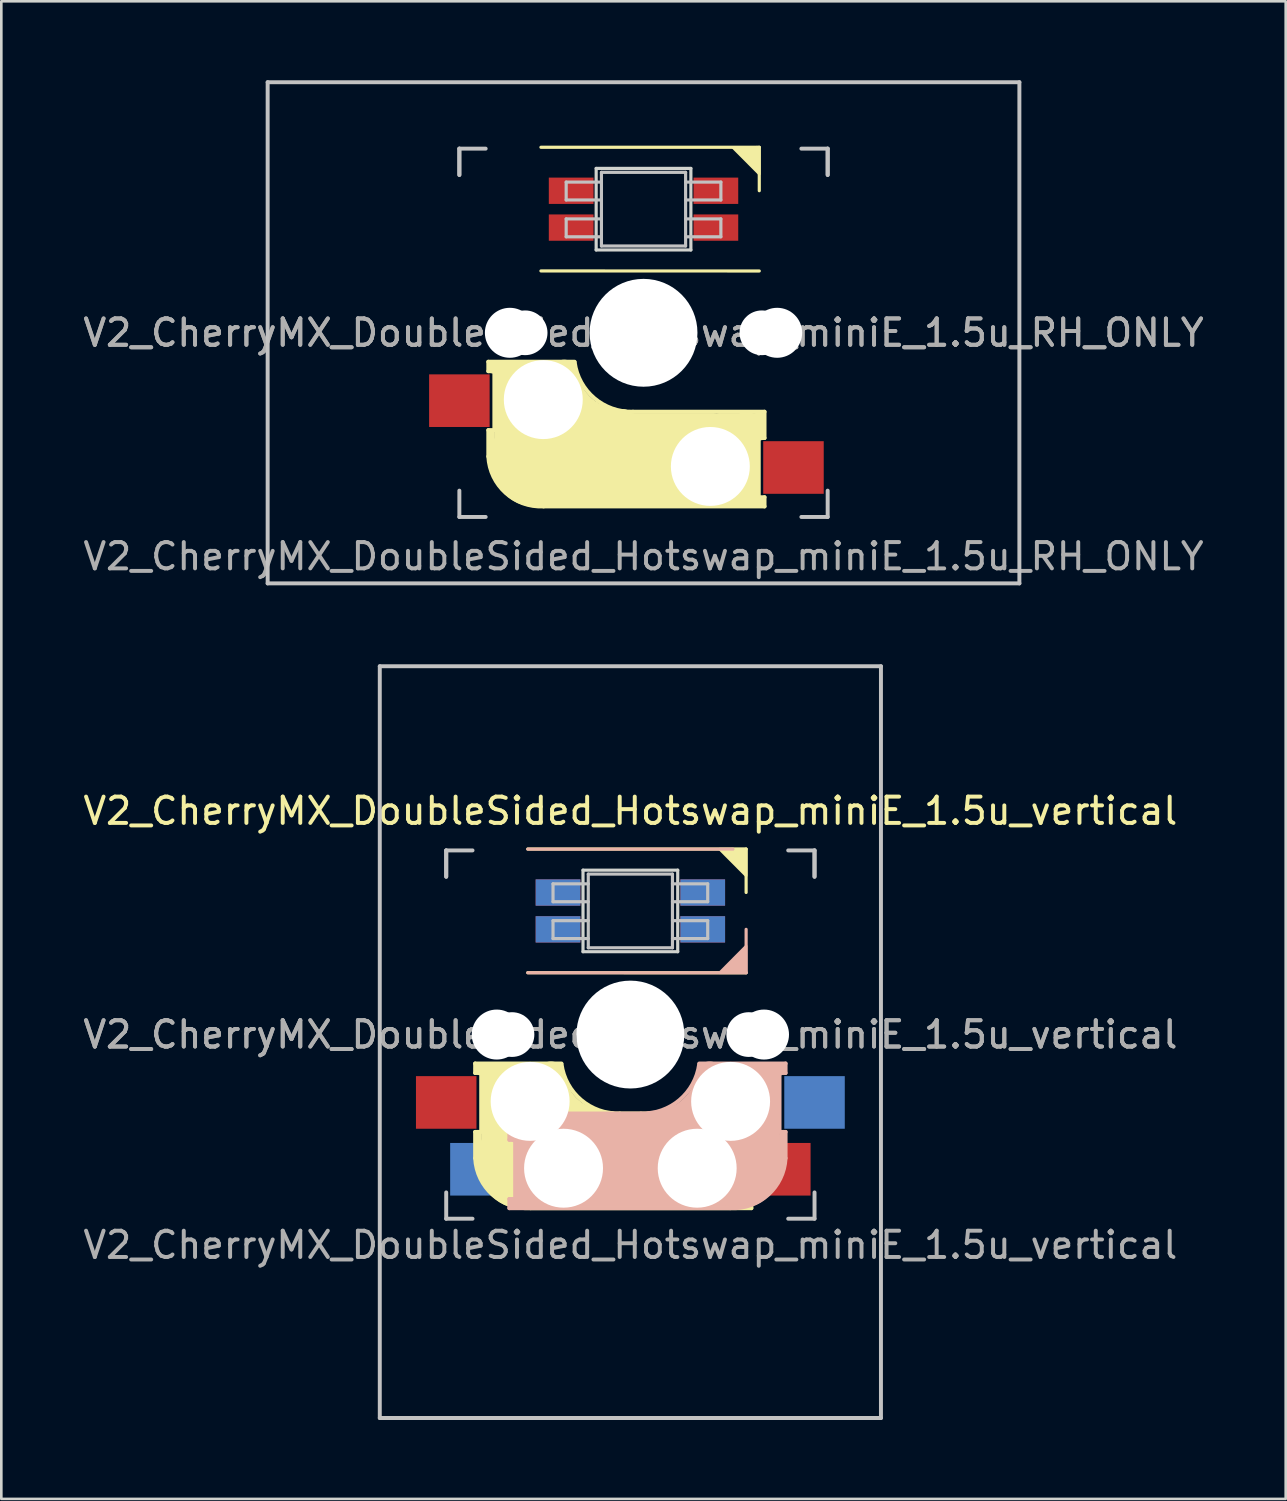
<source format=kicad_pcb>
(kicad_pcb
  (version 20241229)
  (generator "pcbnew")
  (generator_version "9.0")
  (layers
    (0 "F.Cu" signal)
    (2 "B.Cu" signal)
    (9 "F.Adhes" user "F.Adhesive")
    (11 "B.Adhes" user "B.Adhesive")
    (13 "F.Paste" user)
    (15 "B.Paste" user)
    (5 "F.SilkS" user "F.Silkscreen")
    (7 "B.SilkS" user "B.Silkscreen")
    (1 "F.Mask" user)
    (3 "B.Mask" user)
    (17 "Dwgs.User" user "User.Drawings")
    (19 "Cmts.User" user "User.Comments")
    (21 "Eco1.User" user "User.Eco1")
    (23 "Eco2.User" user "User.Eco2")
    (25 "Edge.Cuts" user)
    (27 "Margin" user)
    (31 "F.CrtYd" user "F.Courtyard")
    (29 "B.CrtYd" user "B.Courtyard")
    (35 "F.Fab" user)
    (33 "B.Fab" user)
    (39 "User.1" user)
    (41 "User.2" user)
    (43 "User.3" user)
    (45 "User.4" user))
  (footprint "V2_CherryMX_DoubleSided_Hotswap_miniE_1.5u_RH_ONLY"
    (layer "F.Cu")
    (at 21.411 9.6)
    (property "Reference" "V2_CherryMX_DoubleSided_Hotswap_miniE_1.5u_RH_ONLY" (at 0 8.5 0) (layer "F.Fab") (effects (font (size 1 1) (thickness 0.15))))
    (attr through_hole)
    (fp_line (start -5.9 1.1) (end -5.9 1.46) (stroke (width 0.15) (type solid)) (layer "F.SilkS"))
    (fp_line (start -5.9 1.1) (end -2.62 1.1) (stroke (width 0.15) (type solid)) (layer "F.SilkS"))
    (fp_line (start -5.9 3.7) (end -5.7 3.7) (stroke (width 0.15) (type solid)) (layer "F.SilkS"))
    (fp_line (start -5.9 4.7) (end -5.9 3.7) (stroke (width 0.15) (type solid)) (layer "F.SilkS"))
    (fp_line (start -5.8 3.8) (end -5.8 4.7) (stroke (width 0.3) (type solid)) (layer "F.SilkS"))
    (fp_line (start -5.7 1.3) (end -3 1.3) (stroke (width 0.5) (type solid)) (layer "F.SilkS"))
    (fp_line (start -5.7 1.46) (end -5.9 1.46) (stroke (width 0.15) (type solid)) (layer "F.SilkS"))
    (fp_line (start -5.67 3.7) (end -5.67 1.46) (stroke (width 0.15) (type solid)) (layer "F.SilkS"))
    (fp_line (start -5.3 1.6) (end -5.3 3.4) (stroke (width 0.8) (type solid)) (layer "F.SilkS"))
    (fp_line (start -4.17 5.1) (end -4.17 2.86) (stroke (width 3) (type solid)) (layer "F.SilkS"))
    (fp_line (start -3.9 -7.052) (end 4.4 -7.052) (stroke (width 0.12) (type solid)) (layer "F.SilkS"))
    (fp_line (start -0.4 3) (end 4.6 3) (stroke (width 0.15) (type solid)) (layer "F.SilkS"))
    (fp_line (start 2.6 4.8) (end -4.1 4.8) (stroke (width 3.5) (type solid)) (layer "F.SilkS"))
    (fp_line (start 3.9 6) (end 3.9 3.5) (stroke (width 1) (type solid)) (layer "F.SilkS"))
    (fp_line (start 4.3 3.3) (end 2.9 3.3) (stroke (width 0.5) (type solid)) (layer "F.SilkS"))
    (fp_line (start 4.38 4) (end 4.38 6.25) (stroke (width 0.15) (type solid)) (layer "F.SilkS"))
    (fp_line (start 4.4 -7.052) (end 4.4 -5.401) (stroke (width 0.12) (type solid)) (layer "F.SilkS"))
    (fp_line (start 4.4 -2.349) (end -3.9 -2.352) (stroke (width 0.12) (type solid)) (layer "F.SilkS"))
    (fp_line (start 4.4 3.9) (end 4.4 3.2) (stroke (width 0.4) (type solid)) (layer "F.SilkS"))
    (fp_line (start 4.4 6.25) (end 4.6 6.25) (stroke (width 0.15) (type solid)) (layer "F.SilkS"))
    (fp_line (start 4.4 6.4) (end 3 6.4) (stroke (width 0.4) (type solid)) (layer "F.SilkS"))
    (fp_line (start 4.6 3) (end 4.6 4) (stroke (width 0.15) (type solid)) (layer "F.SilkS"))
    (fp_line (start 4.6 4) (end 4.4 4) (stroke (width 0.15) (type solid)) (layer "F.SilkS"))
    (fp_line (start 4.6 6.25) (end 4.6 6.6) (stroke (width 0.15) (type solid)) (layer "F.SilkS"))
    (fp_line (start 4.6 6.6) (end -3.8 6.6) (stroke (width 0.15) (type solid)) (layer "F.SilkS"))
    (fp_arc (start -3.8 6.600001) (mid -5.243504 6.084925) (end -5.900001 4.7) (stroke (width 0.15) (type solid)) (layer "F.SilkS"))
    (fp_arc (start -0.8 3.4) (mid -2.268709 2.886118) (end -3.016318 1.521471) (stroke (width 1) (type solid)) (layer "F.SilkS"))
    (fp_arc (start -0.4 3) (mid -1.868709 2.486118) (end -2.616318 1.121471) (stroke (width 0.15) (type solid)) (layer "F.SilkS"))
    (fp_poly (pts (xy 3.392 -7.049) (xy 4.4 -7.052) (xy 4.4 -6.036)) (stroke (width 0.1) (type solid)) (fill yes) (layer "F.SilkS"))
    (fp_line (start -4.3 3.3) (end -2.9 3.3) (stroke (width 0.5) (type solid)) (layer "B.SilkS"))
    (fp_line (start -14.287 -9.525) (end 14.287 -9.525) (stroke (width 0.15) (type solid)) (layer "Dwgs.User"))
    (fp_line (start -14.287 9.525) (end -14.287 -9.525) (stroke (width 0.15) (type solid)) (layer "Dwgs.User"))
    (fp_line (start -7 -7) (end -7 -6) (stroke (width 0.15) (type solid)) (layer "Dwgs.User"))
    (fp_line (start -7 -7) (end -6 -7) (stroke (width 0.15) (type solid)) (layer "Dwgs.User"))
    (fp_line (start -7 -6) (end -7 -7) (stroke (width 0.15) (type solid)) (layer "Dwgs.User"))
    (fp_line (start -7 7) (end -7 6) (stroke (width 0.15) (type solid)) (layer "Dwgs.User"))
    (fp_line (start -7 7) (end -6 7) (stroke (width 0.15) (type solid)) (layer "Dwgs.User"))
    (fp_line (start -2.94 -5.729) (end -2.94 -5.049) (stroke (width 0.12) (type solid)) (layer "Dwgs.User"))
    (fp_line (start -2.94 -5.049) (end -1.6 -5.049) (stroke (width 0.12) (type solid)) (layer "Dwgs.User"))
    (fp_line (start -2.94 -4.329) (end -2.94 -3.649) (stroke (width 0.12) (type solid)) (layer "Dwgs.User"))
    (fp_line (start -2.94 -3.649) (end -1.6 -3.649) (stroke (width 0.12) (type solid)) (layer "Dwgs.User"))
    (fp_line (start -1.6 -5.729) (end -2.94 -5.729) (stroke (width 0.12) (type solid)) (layer "Dwgs.User"))
    (fp_line (start -1.6 -4.329) (end -2.94 -4.329) (stroke (width 0.12) (type solid)) (layer "Dwgs.User"))
    (fp_line (start -1.6 -3.299) (end -1.6 -6.099) (stroke (width 0.12) (type solid)) (layer "Dwgs.User"))
    (fp_line (start 1.6 -6.099) (end -1.6 -6.099) (stroke (width 0.12) (type solid)) (layer "Dwgs.User"))
    (fp_line (start 1.6 -5.049) (end 2.94 -5.049) (stroke (width 0.12) (type solid)) (layer "Dwgs.User"))
    (fp_line (start 1.6 -3.649) (end 2.94 -3.649) (stroke (width 0.12) (type solid)) (layer "Dwgs.User"))
    (fp_line (start 1.6 -3.299) (end -1.6 -3.299) (stroke (width 0.12) (type solid)) (layer "Dwgs.User"))
    (fp_line (start 1.6 -3.299) (end 1.6 -6.099) (stroke (width 0.12) (type solid)) (layer "Dwgs.User"))
    (fp_line (start 2.94 -5.729) (end 1.6 -5.729) (stroke (width 0.12) (type solid)) (layer "Dwgs.User"))
    (fp_line (start 2.94 -5.049) (end 2.94 -5.729) (stroke (width 0.12) (type solid)) (layer "Dwgs.User"))
    (fp_line (start 2.94 -4.329) (end 1.6 -4.329) (stroke (width 0.12) (type solid)) (layer "Dwgs.User"))
    (fp_line (start 2.94 -3.649) (end 2.94 -4.329) (stroke (width 0.12) (type solid)) (layer "Dwgs.User"))
    (fp_line (start 7 -7) (end 6 -7) (stroke (width 0.15) (type solid)) (layer "Dwgs.User"))
    (fp_line (start 7 -6) (end 7 -7) (stroke (width 0.15) (type solid)) (layer "Dwgs.User"))
    (fp_line (start 7 -6) (end 7 -7) (stroke (width 0.15) (type solid)) (layer "Dwgs.User"))
    (fp_line (start 7 6) (end 7 7) (stroke (width 0.15) (type solid)) (layer "Dwgs.User"))
    (fp_line (start 7 7) (end 6 7) (stroke (width 0.15) (type solid)) (layer "Dwgs.User"))
    (fp_line (start 14.287 -9.525) (end 14.287 9.525) (stroke (width 0.15) (type solid)) (layer "Dwgs.User"))
    (fp_line (start 14.287 9.525) (end -14.287 9.525) (stroke (width 0.15) (type solid)) (layer "Dwgs.User"))
    (fp_line (start -1.8 -6.249) (end -1.8 -3.149) (stroke (width 0.12) (type solid)) (layer "Edge.Cuts"))
    (fp_line (start -1.8 -3.149) (end 1.8 -3.149) (stroke (width 0.12) (type solid)) (layer "Edge.Cuts"))
    (fp_line (start 1.8 -6.249) (end -1.8 -6.249) (stroke (width 0.12) (type solid)) (layer "Edge.Cuts"))
    (fp_line (start 1.8 -3.149) (end 1.8 -6.249) (stroke (width 0.12) (type solid)) (layer "Edge.Cuts"))
    (fp_text user "${REFERENCE}" (at 0 0 180) (layer "F.Fab") (effects (font (size 1 1) (thickness 0.15))))
    (fp_text user "${REFERENCE}" (at 0 0 180) (layer "F.Fab") (effects (font (size 1 1) (thickness 0.15))))
    (pad "" np_thru_hole circle (at -5.08 0 180) (size 1.9 1.9) (drill 1.9) (layers "*.Cu" "*.Mask"))
    (pad "" np_thru_hole circle (at -4.5 0 180) (size 1.7 1.7) (drill 1.7) (layers "*.Cu" "*.Mask"))
    (pad "" np_thru_hole circle (at -3.81 2.54) (size 3 3) (drill 3) (layers "*.Cu" "*.Mask"))
    (pad "" np_thru_hole circle (at 0 0 270) (size 4.1 4.1) (drill 4.1) (layers "*.Cu" "*.Mask"))
    (pad "" np_thru_hole circle (at 2.54 5.08) (size 3 3) (drill 3) (layers "*.Cu" "*.Mask"))
    (pad "" np_thru_hole circle (at 4.5 0 180) (size 1.7 1.7) (drill 1.7) (layers "*.Cu" "*.Mask"))
    (pad "" np_thru_hole circle (at 5.08 0 180) (size 1.9 1.9) (drill 1.9) (layers "*.Cu" "*.Mask"))
    (pad "1" smd rect (at -2.75 -3.999 180) (size 1.7 1) (layers "F.Cu" "F.Mask" "F.Paste"))
    (pad "2" smd rect (at -2.75 -5.399 180) (size 1.7 1) (layers "F.Cu" "F.Mask" "F.Paste"))
    (pad "3" smd rect (at 2.75 -5.399 180) (size 1.7 1) (layers "F.Cu" "F.Mask" "F.Paste"))
    (pad "4" smd rect (at 2.75 -3.999 180) (size 1.7 1) (layers "F.Cu" "F.Mask" "F.Paste"))
    (pad "5" smd rect (at 5.7 5.12) (size 2.3 2) (layers "F.Cu" "F.Mask" "F.Paste"))
    (pad "6" smd rect (at -7 2.58) (size 2.3 2) (layers "F.Cu" "F.Mask" "F.Paste")))
  (footprint "V2_CherryMX_DoubleSided_Hotswap_miniE_1.5u_vertical"
    (layer "F.Cu")
    (at 20.911 36.275)
    (property "Reference" "V2_CherryMX_DoubleSided_Hotswap_miniE_1.5u_vertical" (at 0 -8.5 180) (layer "F.SilkS") (effects (font (size 1 1) (thickness 0.15))))
    (attr through_hole)
    (fp_line (start -5.9 1.1) (end -5.9 1.46) (stroke (width 0.15) (type solid)) (layer "F.SilkS"))
    (fp_line (start -5.9 1.1) (end -2.62 1.1) (stroke (width 0.15) (type solid)) (layer "F.SilkS"))
    (fp_line (start -5.9 3.7) (end -5.7 3.7) (stroke (width 0.15) (type solid)) (layer "F.SilkS"))
    (fp_line (start -5.9 4.7) (end -5.9 3.7) (stroke (width 0.15) (type solid)) (layer "F.SilkS"))
    (fp_line (start -5.8 3.8) (end -5.8 4.7) (stroke (width 0.3) (type solid)) (layer "F.SilkS"))
    (fp_line (start -5.7 1.3) (end -3 1.3) (stroke (width 0.5) (type solid)) (layer "F.SilkS"))
    (fp_line (start -5.7 1.46) (end -5.9 1.46) (stroke (width 0.15) (type solid)) (layer "F.SilkS"))
    (fp_line (start -5.67 3.7) (end -5.67 1.46) (stroke (width 0.15) (type solid)) (layer "F.SilkS"))
    (fp_line (start -5.3 1.6) (end -5.3 3.4) (stroke (width 0.8) (type solid)) (layer "F.SilkS"))
    (fp_line (start -4.17 5.1) (end -4.17 2.86) (stroke (width 3) (type solid)) (layer "F.SilkS"))
    (fp_line (start -3.9 -7.052) (end 4.4 -7.052) (stroke (width 0.12) (type solid)) (layer "F.SilkS"))
    (fp_line (start -0.4 3) (end 4.6 3) (stroke (width 0.15) (type solid)) (layer "F.SilkS"))
    (fp_line (start 2.6 4.8) (end -4.1 4.8) (stroke (width 3.5) (type solid)) (layer "F.SilkS"))
    (fp_line (start 3.9 6) (end 3.9 3.5) (stroke (width 1) (type solid)) (layer "F.SilkS"))
    (fp_line (start 4.3 3.3) (end 2.9 3.3) (stroke (width 0.5) (type solid)) (layer "F.SilkS"))
    (fp_line (start 4.38 4) (end 4.38 6.25) (stroke (width 0.15) (type solid)) (layer "F.SilkS"))
    (fp_line (start 4.4 -7.052) (end 4.4 -5.401) (stroke (width 0.12) (type solid)) (layer "F.SilkS"))
    (fp_line (start 4.4 -2.349) (end -3.9 -2.352) (stroke (width 0.12) (type solid)) (layer "F.SilkS"))
    (fp_line (start 4.4 3.9) (end 4.4 3.2) (stroke (width 0.4) (type solid)) (layer "F.SilkS"))
    (fp_line (start 4.4 6.25) (end 4.6 6.25) (stroke (width 0.15) (type solid)) (layer "F.SilkS"))
    (fp_line (start 4.4 6.4) (end 3 6.4) (stroke (width 0.4) (type solid)) (layer "F.SilkS"))
    (fp_line (start 4.6 3) (end 4.6 4) (stroke (width 0.15) (type solid)) (layer "F.SilkS"))
    (fp_line (start 4.6 4) (end 4.4 4) (stroke (width 0.15) (type solid)) (layer "F.SilkS"))
    (fp_line (start 4.6 6.25) (end 4.6 6.6) (stroke (width 0.15) (type solid)) (layer "F.SilkS"))
    (fp_line (start 4.6 6.6) (end -3.8 6.6) (stroke (width 0.15) (type solid)) (layer "F.SilkS"))
    (fp_arc (start -3.8 6.600001) (mid -5.243504 6.084925) (end -5.900001 4.7) (stroke (width 0.15) (type solid)) (layer "F.SilkS"))
    (fp_arc (start -0.8 3.4) (mid -2.268709 2.886118) (end -3.016318 1.521471) (stroke (width 1) (type solid)) (layer "F.SilkS"))
    (fp_arc (start -0.4 3) (mid -1.868709 2.486118) (end -2.616318 1.121471) (stroke (width 0.15) (type solid)) (layer "F.SilkS"))
    (fp_poly (pts (xy 3.392 -7.049) (xy 4.4 -7.052) (xy 4.4 -6.036)) (stroke (width 0.1) (type solid)) (fill yes) (layer "F.SilkS"))
    (fp_line (start -4.6 3) (end -4.6 4) (stroke (width 0.15) (type solid)) (layer "B.SilkS"))
    (fp_line (start -4.6 4) (end -4.4 4) (stroke (width 0.15) (type solid)) (layer "B.SilkS"))
    (fp_line (start -4.6 6.25) (end -4.6 6.6) (stroke (width 0.15) (type solid)) (layer "B.SilkS"))
    (fp_line (start -4.6 6.6) (end 3.8 6.6) (stroke (width 0.15) (type solid)) (layer "B.SilkS"))
    (fp_line (start -4.4 3.9) (end -4.4 3.2) (stroke (width 0.4) (type solid)) (layer "B.SilkS"))
    (fp_line (start -4.4 6.25) (end -4.6 6.25) (stroke (width 0.15) (type solid)) (layer "B.SilkS"))
    (fp_line (start -4.4 6.4) (end -3 6.4) (stroke (width 0.4) (type solid)) (layer "B.SilkS"))
    (fp_line (start -4.38 4) (end -4.38 6.25) (stroke (width 0.15) (type solid)) (layer "B.SilkS"))
    (fp_line (start -4.3 3.3) (end -2.9 3.3) (stroke (width 0.5) (type solid)) (layer "B.SilkS"))
    (fp_line (start -3.9 -2.349) (end 4.4 -2.349) (stroke (width 0.12) (type solid)) (layer "B.SilkS"))
    (fp_line (start -3.9 6) (end -3.9 3.5) (stroke (width 1) (type solid)) (layer "B.SilkS"))
    (fp_line (start -2.6 4.8) (end 4.1 4.8) (stroke (width 3.5) (type solid)) (layer "B.SilkS"))
    (fp_line (start 0.4 3) (end -4.6 3) (stroke (width 0.15) (type solid)) (layer "B.SilkS"))
    (fp_line (start 3.9 -7.049) (end -3.9 -7.049) (stroke (width 0.12) (type solid)) (layer "B.SilkS"))
    (fp_line (start 4.17 5.1) (end 4.17 2.86) (stroke (width 3) (type solid)) (layer "B.SilkS"))
    (fp_line (start 4.4 -2.349) (end 4.4 -4) (stroke (width 0.12) (type solid)) (layer "B.SilkS"))
    (fp_line (start 5.3 1.6) (end 5.3 3.4) (stroke (width 0.8) (type solid)) (layer "B.SilkS"))
    (fp_line (start 5.67 3.7) (end 5.67 1.46) (stroke (width 0.15) (type solid)) (layer "B.SilkS"))
    (fp_line (start 5.7 1.3) (end 3 1.3) (stroke (width 0.5) (type solid)) (layer "B.SilkS"))
    (fp_line (start 5.7 1.46) (end 5.9 1.46) (stroke (width 0.15) (type solid)) (layer "B.SilkS"))
    (fp_line (start 5.8 3.8) (end 5.8 4.7) (stroke (width 0.3) (type solid)) (layer "B.SilkS"))
    (fp_line (start 5.9 1.1) (end 2.62 1.1) (stroke (width 0.15) (type solid)) (layer "B.SilkS"))
    (fp_line (start 5.9 1.1) (end 5.9 1.46) (stroke (width 0.15) (type solid)) (layer "B.SilkS"))
    (fp_line (start 5.9 3.7) (end 5.7 3.7) (stroke (width 0.15) (type solid)) (layer "B.SilkS"))
    (fp_line (start 5.9 4.7) (end 5.9 3.7) (stroke (width 0.15) (type solid)) (layer "B.SilkS"))
    (fp_arc (start 2.616318 1.121471) (mid 1.868709 2.486118) (end 0.4 3) (stroke (width 0.15) (type solid)) (layer "B.SilkS"))
    (fp_arc (start 3.016318 1.521471) (mid 2.268709 2.886118) (end 0.8 3.4) (stroke (width 1) (type solid)) (layer "B.SilkS"))
    (fp_arc (start 5.9 4.699999) (mid 5.243504 6.084924) (end 3.800001 6.6) (stroke (width 0.15) (type solid)) (layer "B.SilkS"))
    (fp_poly (pts (xy 4.4 -3.365) (xy 4.4 -2.349) (xy 3.392 -2.349)) (stroke (width 0.1) (type solid)) (fill yes) (layer "B.SilkS"))
    (fp_line (start -9.525 -14) (end 9.525 -14) (stroke (width 0.15) (type solid)) (layer "Dwgs.User"))
    (fp_line (start -9.525 14.575) (end -9.525 -14) (stroke (width 0.15) (type solid)) (layer "Dwgs.User"))
    (fp_line (start -7 -7) (end -7 -6) (stroke (width 0.15) (type solid)) (layer "Dwgs.User"))
    (fp_line (start -7 -7) (end -6 -7) (stroke (width 0.15) (type solid)) (layer "Dwgs.User"))
    (fp_line (start -7 -6) (end -7 -7) (stroke (width 0.15) (type solid)) (layer "Dwgs.User"))
    (fp_line (start -7 7) (end -7 6) (stroke (width 0.15) (type solid)) (layer "Dwgs.User"))
    (fp_line (start -7 7) (end -6 7) (stroke (width 0.15) (type solid)) (layer "Dwgs.User"))
    (fp_line (start -2.94 -5.729) (end -2.94 -5.049) (stroke (width 0.12) (type solid)) (layer "Dwgs.User"))
    (fp_line (start -2.94 -5.049) (end -1.6 -5.049) (stroke (width 0.12) (type solid)) (layer "Dwgs.User"))
    (fp_line (start -2.94 -4.329) (end -2.94 -3.649) (stroke (width 0.12) (type solid)) (layer "Dwgs.User"))
    (fp_line (start -2.94 -3.649) (end -1.6 -3.649) (stroke (width 0.12) (type solid)) (layer "Dwgs.User"))
    (fp_line (start -1.6 -5.729) (end -2.94 -5.729) (stroke (width 0.12) (type solid)) (layer "Dwgs.User"))
    (fp_line (start -1.6 -4.329) (end -2.94 -4.329) (stroke (width 0.12) (type solid)) (layer "Dwgs.User"))
    (fp_line (start -1.6 -3.299) (end -1.6 -6.099) (stroke (width 0.12) (type solid)) (layer "Dwgs.User"))
    (fp_line (start 1.6 -6.099) (end -1.6 -6.099) (stroke (width 0.12) (type solid)) (layer "Dwgs.User"))
    (fp_line (start 1.6 -5.049) (end 2.94 -5.049) (stroke (width 0.12) (type solid)) (layer "Dwgs.User"))
    (fp_line (start 1.6 -3.649) (end 2.94 -3.649) (stroke (width 0.12) (type solid)) (layer "Dwgs.User"))
    (fp_line (start 1.6 -3.299) (end -1.6 -3.299) (stroke (width 0.12) (type solid)) (layer "Dwgs.User"))
    (fp_line (start 1.6 -3.299) (end 1.6 -6.099) (stroke (width 0.12) (type solid)) (layer "Dwgs.User"))
    (fp_line (start 2.94 -5.729) (end 1.6 -5.729) (stroke (width 0.12) (type solid)) (layer "Dwgs.User"))
    (fp_line (start 2.94 -5.049) (end 2.94 -5.729) (stroke (width 0.12) (type solid)) (layer "Dwgs.User"))
    (fp_line (start 2.94 -4.329) (end 1.6 -4.329) (stroke (width 0.12) (type solid)) (layer "Dwgs.User"))
    (fp_line (start 2.94 -3.649) (end 2.94 -4.329) (stroke (width 0.12) (type solid)) (layer "Dwgs.User"))
    (fp_line (start 7 -7) (end 6 -7) (stroke (width 0.15) (type solid)) (layer "Dwgs.User"))
    (fp_line (start 7 -6) (end 7 -7) (stroke (width 0.15) (type solid)) (layer "Dwgs.User"))
    (fp_line (start 7 -6) (end 7 -7) (stroke (width 0.15) (type solid)) (layer "Dwgs.User"))
    (fp_line (start 7 6) (end 7 7) (stroke (width 0.15) (type solid)) (layer "Dwgs.User"))
    (fp_line (start 7 7) (end 6 7) (stroke (width 0.15) (type solid)) (layer "Dwgs.User"))
    (fp_line (start 9.525 -14) (end 9.525 14.575) (stroke (width 0.15) (type solid)) (layer "Dwgs.User"))
    (fp_line (start 9.525 14.575) (end -9.525 14.575) (stroke (width 0.15) (type solid)) (layer "Dwgs.User"))
    (fp_line (start -1.8 -6.249) (end -1.8 -3.149) (stroke (width 0.12) (type solid)) (layer "Edge.Cuts"))
    (fp_line (start -1.8 -3.149) (end 1.8 -3.149) (stroke (width 0.12) (type solid)) (layer "Edge.Cuts"))
    (fp_line (start 1.8 -6.249) (end -1.8 -6.249) (stroke (width 0.12) (type solid)) (layer "Edge.Cuts"))
    (fp_line (start 1.8 -3.149) (end 1.8 -6.249) (stroke (width 0.12) (type solid)) (layer "Edge.Cuts"))
    (fp_text user "${REFERENCE}" (at 0 0 180) (layer "F.Fab") (effects (font (size 1 1) (thickness 0.15))))
    (fp_text user "${REFERENCE}" (at 0 0 180) (layer "F.Fab") (effects (font (size 1 1) (thickness 0.15))))
    (fp_text user "${REFERENCE}" (at 0 8 180) (layer "F.Fab") (effects (font (size 1 1) (thickness 0.15))))
    (pad "" np_thru_hole circle (at -5.08 0 180) (size 1.9 1.9) (drill 1.9) (layers "*.Cu" "*.Mask"))
    (pad "" np_thru_hole circle (at -4.5 0 180) (size 1.7 1.7) (drill 1.7) (layers "*.Cu" "*.Mask"))
    (pad "" np_thru_hole circle (at -3.81 2.54) (size 3 3) (drill 3) (layers "*.Cu" "*.Mask"))
    (pad "" np_thru_hole circle (at -2.54 5.08) (size 3 3) (drill 3) (layers "*.Cu" "*.Mask"))
    (pad "" np_thru_hole circle (at 0 0 270) (size 4.1 4.1) (drill 4.1) (layers "*.Cu" "*.Mask"))
    (pad "" np_thru_hole circle (at 2.54 5.08) (size 3 3) (drill 3) (layers "*.Cu" "*.Mask"))
    (pad "" np_thru_hole circle (at 3.81 2.54) (size 3 3) (drill 3) (layers "*.Cu" "*.Mask"))
    (pad "" np_thru_hole circle (at 4.5 0 180) (size 1.7 1.7) (drill 1.7) (layers "*.Cu" "*.Mask"))
    (pad "" np_thru_hole circle (at 5.08 0 180) (size 1.9 1.9) (drill 1.9) (layers "*.Cu" "*.Mask"))
    (pad "1" smd rect (at -2.75 -5.399 180) (size 1.7 1) (layers "B.Cu" "B.Mask" "B.Paste"))
    (pad "1" smd rect (at -2.75 -3.999 180) (size 1.7 1) (layers "F.Cu" "F.Mask" "F.Paste"))
    (pad "2" smd rect (at -2.75 -5.399 180) (size 1.7 1) (layers "F.Cu" "F.Mask" "F.Paste"))
    (pad "2" smd rect (at -2.75 -3.999 180) (size 1.7 1) (layers "B.Cu" "B.Mask" "B.Paste"))
    (pad "3" smd rect (at 2.75 -5.399 180) (size 1.7 1) (layers "F.Cu" "F.Mask" "F.Paste"))
    (pad "3" smd rect (at 2.75 -3.999 180) (size 1.7 1) (layers "B.Cu" "B.Mask" "B.Paste"))
    (pad "4" smd rect (at 2.75 -5.399 180) (size 1.7 1) (layers "B.Cu" "B.Mask" "B.Paste"))
    (pad "4" smd rect (at 2.75 -3.999 180) (size 1.7 1) (layers "F.Cu" "F.Mask" "F.Paste"))
    (pad "5" smd rect (at -5.7 5.12) (size 2.3 2) (layers "B.Cu" "B.Mask" "B.Paste"))
    (pad "5" smd rect (at 5.7 5.12) (size 2.3 2) (layers "F.Cu" "F.Mask" "F.Paste"))
    (pad "6" smd rect (at -7 2.58) (size 2.3 2) (layers "F.Cu" "F.Mask" "F.Paste"))
    (pad "6" smd rect (at 7 2.58) (size 2.3 2) (layers "B.Cu" "B.Mask" "B.Paste")))
  (gr_rect
    (start -3 -3)
    (end 45.821 53.925)
    (stroke (width 0.1) (type default))
    (fill no)
    (layer "Edge.Cuts")))
</source>
